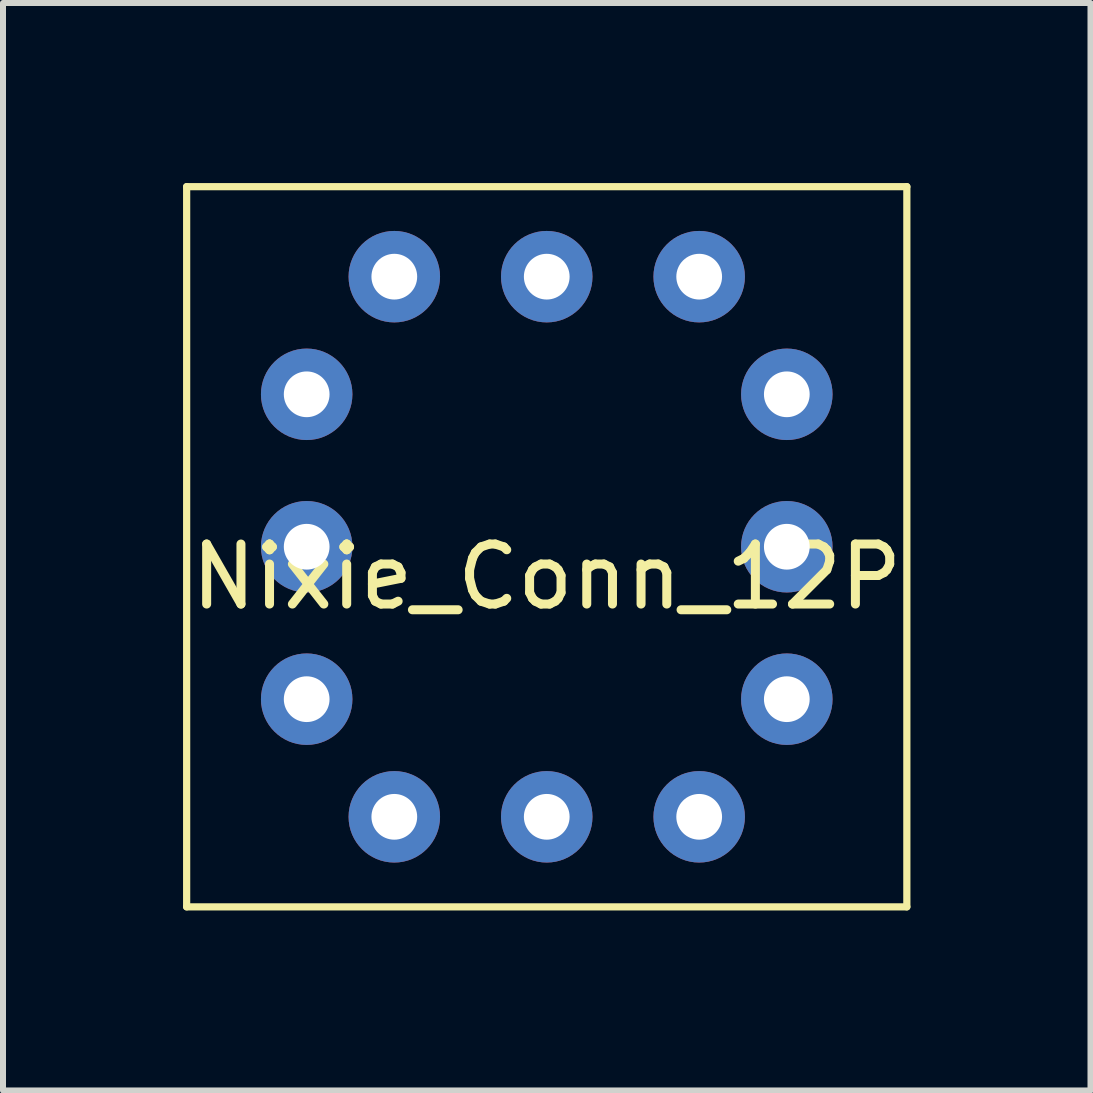
<source format=kicad_pcb>
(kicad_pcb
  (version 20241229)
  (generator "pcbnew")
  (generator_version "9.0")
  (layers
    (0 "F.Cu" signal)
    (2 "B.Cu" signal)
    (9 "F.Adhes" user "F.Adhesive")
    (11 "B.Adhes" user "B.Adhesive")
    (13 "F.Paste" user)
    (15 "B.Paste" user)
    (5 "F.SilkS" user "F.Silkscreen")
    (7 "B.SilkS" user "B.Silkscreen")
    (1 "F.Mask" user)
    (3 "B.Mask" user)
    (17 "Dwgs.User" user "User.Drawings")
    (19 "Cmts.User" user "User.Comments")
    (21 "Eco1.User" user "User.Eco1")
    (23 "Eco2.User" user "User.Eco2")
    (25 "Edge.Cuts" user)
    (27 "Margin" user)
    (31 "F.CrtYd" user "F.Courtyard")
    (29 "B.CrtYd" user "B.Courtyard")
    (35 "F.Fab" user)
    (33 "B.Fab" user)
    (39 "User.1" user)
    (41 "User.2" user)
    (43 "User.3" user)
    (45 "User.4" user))
  (footprint "Nixie_Conn_12P"
    (layer "F.Cu")
    (at 6.06 6.06)
    (property "Reference" "Nixie_Conn_12P" (at 0 0.5 0) (layer "F.SilkS") (effects (font (size 1 1) (thickness 0.15))))
    (attr through_hole)
    (fp_line (start -6 6) (end -6 -6) (stroke (width 0.12) (type solid)) (layer "F.SilkS"))
    (fp_line (start -6 6) (end 6 6) (stroke (width 0.12) (type solid)) (layer "F.SilkS"))
    (fp_line (start 6 -6) (end -6 -6) (stroke (width 0.12) (type solid)) (layer "F.SilkS"))
    (fp_line (start 6 6) (end 6 -6) (stroke (width 0.12) (type solid)) (layer "F.SilkS"))
    (pad "0" thru_hole circle (at -4 0) (size 1.524 1.524) (drill 0.762) (layers "*.Cu" "*.Mask"))
    (pad "1" thru_hole circle (at -4 2.54) (size 1.524 1.524) (drill 0.762) (layers "*.Cu" "*.Mask"))
    (pad "2" thru_hole circle (at -2.54 4.5) (size 1.524 1.524) (drill 0.762) (layers "*.Cu" "*.Mask"))
    (pad "3" thru_hole circle (at 0 4.5) (size 1.524 1.524) (drill 0.762) (layers "*.Cu" "*.Mask"))
    (pad "4" thru_hole circle (at 2.54 4.5) (size 1.524 1.524) (drill 0.762) (layers "*.Cu" "*.Mask"))
    (pad "5" thru_hole circle (at 4 2.54) (size 1.524 1.524) (drill 0.762) (layers "*.Cu" "*.Mask"))
    (pad "6" thru_hole circle (at 4 0) (size 1.524 1.524) (drill 0.762) (layers "*.Cu" "*.Mask"))
    (pad "7" thru_hole circle (at 4 -2.54) (size 1.524 1.524) (drill 0.762) (layers "*.Cu" "*.Mask"))
    (pad "8" thru_hole circle (at 2.54 -4.5) (size 1.524 1.524) (drill 0.762) (layers "*.Cu" "*.Mask"))
    (pad "9" thru_hole circle (at 0 -4.5) (size 1.524 1.524) (drill 0.762) (layers "*.Cu" "*.Mask"))
    (pad "10" thru_hole circle (at -2.54 -4.5) (size 1.524 1.524) (drill 0.762) (layers "*.Cu" "*.Mask"))
    (pad "A" thru_hole circle (at -4 -2.54) (size 1.524 1.524) (drill 0.762) (layers "*.Cu" "*.Mask")))
  (gr_rect
    (start -3 -3)
    (end 15.12 15.12)
    (stroke (width 0.1) (type default))
    (fill no)
    (layer "Edge.Cuts")))
</source>
